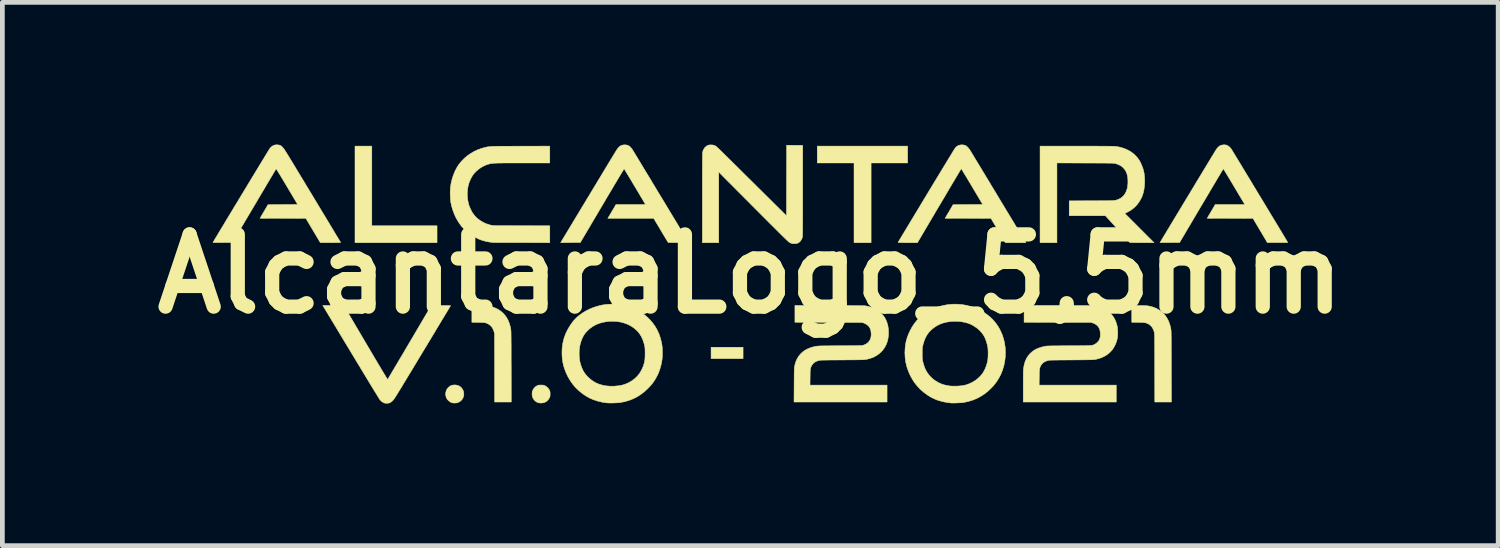
<source format=kicad_pcb>
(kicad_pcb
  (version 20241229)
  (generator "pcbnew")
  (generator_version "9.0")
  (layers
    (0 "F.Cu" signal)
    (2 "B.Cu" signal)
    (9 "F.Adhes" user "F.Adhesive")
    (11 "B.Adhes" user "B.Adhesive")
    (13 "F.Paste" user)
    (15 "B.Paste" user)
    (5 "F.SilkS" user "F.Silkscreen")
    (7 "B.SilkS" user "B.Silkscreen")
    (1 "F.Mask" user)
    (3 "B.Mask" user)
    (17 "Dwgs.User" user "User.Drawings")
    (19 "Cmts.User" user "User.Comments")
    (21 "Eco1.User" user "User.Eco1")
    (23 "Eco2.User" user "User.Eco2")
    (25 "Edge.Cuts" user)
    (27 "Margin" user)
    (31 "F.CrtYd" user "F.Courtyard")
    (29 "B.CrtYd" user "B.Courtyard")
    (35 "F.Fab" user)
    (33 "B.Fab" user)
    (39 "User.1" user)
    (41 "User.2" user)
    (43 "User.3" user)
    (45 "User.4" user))
  (footprint "AlcantaraLogo_5,5mm"
    (layer "F.Cu")
    (at 12.78 2.73)
    (property "Reference" "AlcantaraLogo_5,5mm" (at 0 0 0) (layer "F.SilkS") (effects (font (size 1.524 1.524) (thickness 0.3))))
    (attr through_hole)
    (fp_poly (pts (xy -0.152 1.787) (xy -0.827 1.787) (xy -0.827 1.547) (xy -0.152 1.547) (xy -0.152 1.787)) (stroke (width 0.01) (type solid)) (fill yes) (layer "F.SilkS"))
    (fp_poly (pts (xy -7.985 -1.016) (xy -6.609 -1.016) (xy -6.609 -0.66) (xy -8.34 -0.66) (xy -8.34 -2.697) (xy -7.985 -2.697) (xy -7.985 -1.016)) (stroke (width 0.01) (type solid)) (fill yes) (layer "F.SilkS"))
    (fp_poly (pts (xy 3.32 -2.341) (xy 2.549 -2.341) (xy 2.549 -0.66) (xy 2.189 -0.66) (xy 2.189 -2.341) (xy 1.413 -2.341) (xy 1.413 -2.697) (xy 3.32 -2.697) (xy 3.32 -2.341)) (stroke (width 0.01) (type solid)) (fill yes) (layer "F.SilkS"))
    (fp_poly (pts (xy -6.194 2.346) (xy -6.155 2.358) (xy -6.121 2.377) (xy -6.092 2.404) (xy -6.069 2.436) (xy -6.052 2.473) (xy -6.046 2.503) (xy -6.043 2.545) (xy -6.05 2.585) (xy -6.064 2.622) (xy -6.086 2.655) (xy -6.115 2.683) (xy -6.149 2.705) (xy -6.167 2.713) (xy -6.182 2.718) (xy -6.197 2.721) (xy -6.216 2.722) (xy -6.226 2.723) (xy -6.248 2.723) (xy -6.267 2.722) (xy -6.283 2.721) (xy -6.287 2.72) (xy -6.318 2.708) (xy -6.348 2.689) (xy -6.376 2.664) (xy -6.399 2.636) (xy -6.407 2.622) (xy -6.421 2.585) (xy -6.428 2.546) (xy -6.426 2.506) (xy -6.417 2.468) (xy -6.4 2.432) (xy -6.386 2.412) (xy -6.356 2.382) (xy -6.324 2.36) (xy -6.289 2.347) (xy -6.248 2.342) (xy -6.237 2.341) (xy -6.194 2.346)) (stroke (width 0.01) (type solid)) (fill yes) (layer "F.SilkS"))
    (fp_poly (pts (xy -4.391 2.344) (xy -4.374 2.345) (xy -4.362 2.347) (xy -4.35 2.35) (xy -4.337 2.355) (xy -4.332 2.358) (xy -4.298 2.379) (xy -4.268 2.407) (xy -4.244 2.439) (xy -4.238 2.452) (xy -4.231 2.466) (xy -4.227 2.478) (xy -4.225 2.491) (xy -4.224 2.506) (xy -4.223 2.528) (xy -4.223 2.533) (xy -4.224 2.556) (xy -4.224 2.573) (xy -4.226 2.585) (xy -4.23 2.597) (xy -4.236 2.61) (xy -4.238 2.614) (xy -4.256 2.644) (xy -4.279 2.671) (xy -4.305 2.693) (xy -4.315 2.699) (xy -4.348 2.714) (xy -4.385 2.722) (xy -4.424 2.724) (xy -4.462 2.719) (xy -4.479 2.715) (xy -4.512 2.7) (xy -4.542 2.677) (xy -4.568 2.647) (xy -4.589 2.612) (xy -4.595 2.598) (xy -4.601 2.571) (xy -4.604 2.539) (xy -4.603 2.507) (xy -4.598 2.477) (xy -4.597 2.475) (xy -4.582 2.439) (xy -4.559 2.406) (xy -4.53 2.378) (xy -4.496 2.357) (xy -4.494 2.356) (xy -4.482 2.351) (xy -4.47 2.347) (xy -4.458 2.345) (xy -4.441 2.344) (xy -4.418 2.344) (xy -4.415 2.344) (xy -4.391 2.344)) (stroke (width 0.01) (type solid)) (fill yes) (layer "F.SilkS"))
    (fp_poly (pts (xy -5.718 0.666) (xy -5.671 0.667) (xy -5.632 0.668) (xy -5.6 0.669) (xy -5.574 0.67) (xy -5.552 0.672) (xy -5.535 0.674) (xy -5.522 0.676) (xy -5.448 0.694) (xy -5.38 0.718) (xy -5.318 0.749) (xy -5.262 0.787) (xy -5.212 0.831) (xy -5.168 0.882) (xy -5.147 0.912) (xy -5.114 0.968) (xy -5.088 1.03) (xy -5.067 1.099) (xy -5.056 1.148) (xy -5.054 1.154) (xy -5.053 1.161) (xy -5.052 1.168) (xy -5.051 1.176) (xy -5.05 1.185) (xy -5.05 1.195) (xy -5.049 1.208) (xy -5.048 1.223) (xy -5.048 1.242) (xy -5.047 1.263) (xy -5.047 1.289) (xy -5.047 1.319) (xy -5.046 1.354) (xy -5.046 1.394) (xy -5.046 1.44) (xy -5.045 1.492) (xy -5.045 1.551) (xy -5.045 1.616) (xy -5.045 1.689) (xy -5.045 1.77) (xy -5.045 1.86) (xy -5.044 1.95) (xy -5.043 2.702) (xy -5.394 2.702) (xy -5.396 1.254) (xy -5.407 1.218) (xy -5.425 1.169) (xy -5.448 1.127) (xy -5.478 1.092) (xy -5.515 1.063) (xy -5.557 1.042) (xy -5.586 1.032) (xy -5.596 1.029) (xy -5.609 1.027) (xy -5.626 1.026) (xy -5.647 1.025) (xy -5.674 1.023) (xy -5.708 1.023) (xy -5.744 1.022) (xy -5.874 1.02) (xy -5.874 0.664) (xy -5.718 0.666)) (stroke (width 0.01) (type solid)) (fill yes) (layer "F.SilkS"))
    (fp_poly (pts (xy 8.208 0.666) (xy 8.252 0.667) (xy 8.288 0.667) (xy 8.317 0.668) (xy 8.341 0.669) (xy 8.36 0.67) (xy 8.377 0.672) (xy 8.392 0.674) (xy 8.406 0.676) (xy 8.415 0.678) (xy 8.484 0.695) (xy 8.545 0.717) (xy 8.6 0.744) (xy 8.651 0.776) (xy 8.66 0.783) (xy 8.711 0.827) (xy 8.756 0.877) (xy 8.794 0.934) (xy 8.826 0.997) (xy 8.852 1.067) (xy 8.871 1.143) (xy 8.873 1.152) (xy 8.874 1.159) (xy 8.875 1.165) (xy 8.876 1.172) (xy 8.877 1.18) (xy 8.878 1.189) (xy 8.879 1.199) (xy 8.879 1.212) (xy 8.88 1.227) (xy 8.881 1.246) (xy 8.881 1.267) (xy 8.881 1.293) (xy 8.882 1.323) (xy 8.882 1.358) (xy 8.882 1.398) (xy 8.883 1.444) (xy 8.883 1.496) (xy 8.883 1.554) (xy 8.883 1.62) (xy 8.884 1.693) (xy 8.884 1.774) (xy 8.884 1.863) (xy 8.884 1.952) (xy 8.886 2.702) (xy 8.535 2.702) (xy 8.533 1.98) (xy 8.533 1.884) (xy 8.533 1.797) (xy 8.533 1.719) (xy 8.532 1.648) (xy 8.532 1.584) (xy 8.532 1.528) (xy 8.532 1.478) (xy 8.531 1.435) (xy 8.531 1.397) (xy 8.531 1.364) (xy 8.53 1.336) (xy 8.53 1.313) (xy 8.529 1.293) (xy 8.529 1.277) (xy 8.528 1.264) (xy 8.527 1.253) (xy 8.527 1.244) (xy 8.526 1.238) (xy 8.525 1.232) (xy 8.524 1.227) (xy 8.523 1.226) (xy 8.507 1.178) (xy 8.485 1.136) (xy 8.458 1.1) (xy 8.426 1.072) (xy 8.402 1.056) (xy 8.385 1.048) (xy 8.369 1.041) (xy 8.354 1.035) (xy 8.338 1.031) (xy 8.319 1.028) (xy 8.296 1.026) (xy 8.269 1.024) (xy 8.235 1.023) (xy 8.194 1.022) (xy 8.182 1.022) (xy 8.049 1.02) (xy 8.049 0.664) (xy 8.208 0.666)) (stroke (width 0.01) (type solid)) (fill yes) (layer "F.SilkS"))
    (fp_poly (pts (xy 6.994 -2.697) (xy 7.1 -2.697) (xy 7.198 -2.697) (xy 7.287 -2.697) (xy 7.367 -2.696) (xy 7.439 -2.696) (xy 7.502 -2.696) (xy 7.557 -2.695) (xy 7.603 -2.695) (xy 7.64 -2.694) (xy 7.668 -2.693) (xy 7.686 -2.693) (xy 7.695 -2.692) (xy 7.771 -2.681) (xy 7.846 -2.662) (xy 7.917 -2.636) (xy 7.984 -2.605) (xy 8.045 -2.568) (xy 8.099 -2.525) (xy 8.145 -2.479) (xy 8.185 -2.431) (xy 8.219 -2.379) (xy 8.248 -2.32) (xy 8.265 -2.279) (xy 8.286 -2.222) (xy 8.301 -2.167) (xy 8.312 -2.111) (xy 8.318 -2.053) (xy 8.321 -1.99) (xy 8.321 -1.924) (xy 8.315 -1.843) (xy 8.305 -1.768) (xy 8.288 -1.699) (xy 8.266 -1.634) (xy 8.236 -1.573) (xy 8.204 -1.519) (xy 8.158 -1.458) (xy 8.107 -1.405) (xy 8.049 -1.358) (xy 7.985 -1.318) (xy 7.961 -1.306) (xy 7.902 -1.277) (xy 8.21 -0.969) (xy 8.518 -0.66) (xy 8.264 -0.66) (xy 8.01 -0.661) (xy 7.752 -0.944) (xy 7.493 -1.228) (xy 7.111 -1.228) (xy 6.729 -1.228) (xy 6.729 -1.542) (xy 7.199 -1.544) (xy 7.276 -1.544) (xy 7.345 -1.544) (xy 7.406 -1.545) (xy 7.459 -1.545) (xy 7.505 -1.545) (xy 7.545 -1.546) (xy 7.58 -1.546) (xy 7.609 -1.547) (xy 7.634 -1.548) (xy 7.654 -1.549) (xy 7.672 -1.55) (xy 7.687 -1.552) (xy 7.699 -1.553) (xy 7.71 -1.556) (xy 7.72 -1.558) (xy 7.729 -1.561) (xy 7.739 -1.564) (xy 7.749 -1.568) (xy 7.755 -1.57) (xy 7.803 -1.591) (xy 7.844 -1.619) (xy 7.88 -1.655) (xy 7.91 -1.697) (xy 7.934 -1.747) (xy 7.953 -1.803) (xy 7.958 -1.826) (xy 7.963 -1.861) (xy 7.967 -1.903) (xy 7.968 -1.947) (xy 7.967 -1.991) (xy 7.964 -2.031) (xy 7.96 -2.062) (xy 7.945 -2.119) (xy 7.923 -2.169) (xy 7.894 -2.213) (xy 7.859 -2.251) (xy 7.817 -2.283) (xy 7.768 -2.308) (xy 7.712 -2.327) (xy 7.705 -2.328) (xy 7.699 -2.33) (xy 7.693 -2.331) (xy 7.687 -2.332) (xy 7.68 -2.333) (xy 7.671 -2.334) (xy 7.661 -2.335) (xy 7.648 -2.336) (xy 7.632 -2.337) (xy 7.613 -2.337) (xy 7.59 -2.338) (xy 7.563 -2.338) (xy 7.531 -2.338) (xy 7.493 -2.339) (xy 7.45 -2.339) (xy 7.4 -2.339) (xy 7.343 -2.339) (xy 7.279 -2.34) (xy 7.207 -2.34) (xy 7.127 -2.34) (xy 7.067 -2.34) (xy 6.47 -2.342) (xy 6.47 -0.66) (xy 6.114 -0.66) (xy 6.114 -2.697) (xy 6.881 -2.697) (xy 6.994 -2.697)) (stroke (width 0.01) (type solid)) (fill yes) (layer "F.SilkS"))
    (fp_poly (pts (xy 4.513 -2.719) (xy 4.539 -2.711) (xy 4.561 -2.698) (xy 4.585 -2.676) (xy 4.61 -2.648) (xy 4.634 -2.615) (xy 4.642 -2.602) (xy 4.647 -2.594) (xy 4.657 -2.578) (xy 4.67 -2.555) (xy 4.688 -2.526) (xy 4.71 -2.49) (xy 4.735 -2.448) (xy 4.764 -2.4) (xy 4.796 -2.347) (xy 4.831 -2.289) (xy 4.869 -2.227) (xy 4.909 -2.16) (xy 4.952 -2.089) (xy 4.997 -2.015) (xy 5.044 -1.938) (xy 5.092 -1.857) (xy 5.142 -1.775) (xy 5.193 -1.691) (xy 5.245 -1.604) (xy 5.297 -1.517) (xy 5.351 -1.429) (xy 5.404 -1.34) (xy 5.458 -1.251) (xy 5.512 -1.162) (xy 5.565 -1.074) (xy 5.618 -0.986) (xy 5.667 -0.904) (xy 5.814 -0.66) (xy 5.382 -0.66) (xy 5.23 -0.917) (xy 5.078 -1.173) (xy 4.594 -1.174) (xy 4.11 -1.175) (xy 4.195 -1.318) (xy 4.279 -1.462) (xy 4.904 -1.466) (xy 4.679 -1.844) (xy 4.647 -1.898) (xy 4.616 -1.95) (xy 4.587 -1.998) (xy 4.56 -2.044) (xy 4.535 -2.085) (xy 4.512 -2.122) (xy 4.493 -2.154) (xy 4.477 -2.181) (xy 4.465 -2.201) (xy 4.456 -2.214) (xy 4.452 -2.221) (xy 4.452 -2.221) (xy 4.449 -2.217) (xy 4.442 -2.206) (xy 4.431 -2.187) (xy 4.416 -2.162) (xy 4.397 -2.13) (xy 4.374 -2.092) (xy 4.348 -2.048) (xy 4.319 -1.999) (xy 4.287 -1.945) (xy 4.252 -1.887) (xy 4.215 -1.824) (xy 4.176 -1.758) (xy 4.135 -1.688) (xy 4.092 -1.615) (xy 4.047 -1.54) (xy 4.001 -1.462) (xy 3.988 -1.441) (xy 3.527 -0.66) (xy 3.322 -0.66) (xy 3.272 -0.66) (xy 3.23 -0.661) (xy 3.196 -0.661) (xy 3.17 -0.661) (xy 3.15 -0.662) (xy 3.135 -0.663) (xy 3.125 -0.663) (xy 3.12 -0.665) (xy 3.119 -0.666) (xy 3.119 -0.667) (xy 3.121 -0.672) (xy 3.129 -0.684) (xy 3.141 -0.704) (xy 3.156 -0.73) (xy 3.176 -0.763) (xy 3.199 -0.802) (xy 3.225 -0.845) (xy 3.255 -0.894) (xy 3.287 -0.948) (xy 3.322 -1.005) (xy 3.359 -1.067) (xy 3.398 -1.132) (xy 3.439 -1.199) (xy 3.481 -1.27) (xy 3.525 -1.342) (xy 3.57 -1.416) (xy 3.615 -1.492) (xy 3.661 -1.568) (xy 3.708 -1.645) (xy 3.754 -1.722) (xy 3.8 -1.798) (xy 3.846 -1.874) (xy 3.891 -1.949) (xy 3.936 -2.022) (xy 3.979 -2.093) (xy 4.02 -2.161) (xy 4.06 -2.227) (xy 4.098 -2.29) (xy 4.134 -2.348) (xy 4.167 -2.403) (xy 4.198 -2.454) (xy 4.226 -2.499) (xy 4.25 -2.539) (xy 4.271 -2.574) (xy 4.288 -2.602) (xy 4.302 -2.624) (xy 4.311 -2.639) (xy 4.316 -2.646) (xy 4.316 -2.647) (xy 4.339 -2.674) (xy 4.362 -2.694) (xy 4.386 -2.708) (xy 4.407 -2.716) (xy 4.441 -2.723) (xy 4.478 -2.724) (xy 4.513 -2.719)) (stroke (width 0.01) (type solid)) (fill yes) (layer "F.SilkS"))
    (fp_poly (pts (xy -8.799 0.665) (xy -8.578 0.665) (xy -8.117 1.448) (xy -8.062 1.54) (xy -8.01 1.628) (xy -7.962 1.711) (xy -7.916 1.788) (xy -7.873 1.86) (xy -7.834 1.926) (xy -7.798 1.986) (xy -7.766 2.04) (xy -7.737 2.088) (xy -7.712 2.129) (xy -7.692 2.163) (xy -7.675 2.19) (xy -7.663 2.21) (xy -7.655 2.222) (xy -7.651 2.226) (xy -7.651 2.226) (xy -7.648 2.222) (xy -7.641 2.21) (xy -7.63 2.191) (xy -7.614 2.165) (xy -7.595 2.133) (xy -7.572 2.094) (xy -7.546 2.05) (xy -7.517 2.001) (xy -7.485 1.947) (xy -7.45 1.888) (xy -7.413 1.825) (xy -7.374 1.759) (xy -7.332 1.689) (xy -7.289 1.616) (xy -7.245 1.541) (xy -7.199 1.463) (xy -7.188 1.445) (xy -6.73 0.667) (xy -6.526 0.666) (xy -6.475 0.666) (xy -6.432 0.666) (xy -6.394 0.666) (xy -6.365 0.667) (xy -6.342 0.667) (xy -6.328 0.668) (xy -6.323 0.669) (xy -6.323 0.669) (xy -6.326 0.674) (xy -6.333 0.685) (xy -6.344 0.705) (xy -6.36 0.731) (xy -6.379 0.763) (xy -6.402 0.802) (xy -6.429 0.846) (xy -6.459 0.897) (xy -6.493 0.952) (xy -6.529 1.012) (xy -6.568 1.077) (xy -6.61 1.146) (xy -6.653 1.219) (xy -6.699 1.295) (xy -6.747 1.375) (xy -6.797 1.457) (xy -6.848 1.542) (xy -6.901 1.629) (xy -6.916 1.654) (xy -6.979 1.758) (xy -7.037 1.855) (xy -7.091 1.944) (xy -7.14 2.026) (xy -7.186 2.102) (xy -7.228 2.171) (xy -7.266 2.234) (xy -7.301 2.291) (xy -7.332 2.343) (xy -7.36 2.39) (xy -7.386 2.431) (xy -7.408 2.468) (xy -7.429 2.501) (xy -7.446 2.53) (xy -7.462 2.555) (xy -7.475 2.576) (xy -7.487 2.595) (xy -7.497 2.61) (xy -7.506 2.623) (xy -7.513 2.634) (xy -7.52 2.643) (xy -7.525 2.651) (xy -7.53 2.657) (xy -7.535 2.662) (xy -7.538 2.666) (xy -7.541 2.669) (xy -7.565 2.692) (xy -7.587 2.708) (xy -7.607 2.719) (xy -7.63 2.725) (xy -7.657 2.728) (xy -7.661 2.728) (xy -7.691 2.728) (xy -7.715 2.724) (xy -7.722 2.723) (xy -7.748 2.71) (xy -7.776 2.692) (xy -7.802 2.668) (xy -7.815 2.653) (xy -7.819 2.647) (xy -7.828 2.633) (xy -7.842 2.611) (xy -7.859 2.583) (xy -7.88 2.549) (xy -7.905 2.508) (xy -7.934 2.462) (xy -7.965 2.41) (xy -8 2.353) (xy -8.038 2.291) (xy -8.078 2.225) (xy -8.12 2.155) (xy -8.165 2.081) (xy -8.212 2.003) (xy -8.26 1.923) (xy -8.311 1.84) (xy -8.362 1.755) (xy -8.415 1.668) (xy -8.419 1.66) (xy -8.472 1.573) (xy -8.523 1.488) (xy -8.573 1.406) (xy -8.621 1.326) (xy -8.668 1.249) (xy -8.712 1.175) (xy -8.754 1.105) (xy -8.794 1.039) (xy -8.831 0.978) (xy -8.865 0.921) (xy -8.897 0.869) (xy -8.924 0.823) (xy -8.949 0.783) (xy -8.969 0.749) (xy -8.986 0.721) (xy -8.999 0.7) (xy -9.007 0.686) (xy -9.011 0.68) (xy -9.011 0.68) (xy -9.02 0.665) (xy -8.799 0.665)) (stroke (width 0.01) (type solid)) (fill yes) (layer "F.SilkS"))
    (fp_poly (pts (xy -2.623 -2.723) (xy -2.59 -2.716) (xy -2.561 -2.703) (xy -2.535 -2.682) (xy -2.534 -2.681) (xy -2.519 -2.665) (xy -2.504 -2.648) (xy -2.494 -2.634) (xy -2.49 -2.629) (xy -2.482 -2.615) (xy -2.469 -2.595) (xy -2.452 -2.567) (xy -2.432 -2.533) (xy -2.407 -2.493) (xy -2.379 -2.447) (xy -2.348 -2.395) (xy -2.314 -2.339) (xy -2.277 -2.277) (xy -2.237 -2.211) (xy -2.195 -2.141) (xy -2.15 -2.068) (xy -2.103 -1.991) (xy -2.055 -1.91) (xy -2.005 -1.828) (xy -1.954 -1.742) (xy -1.901 -1.655) (xy -1.89 -1.638) (xy -1.302 -0.663) (xy -1.513 -0.662) (xy -1.557 -0.661) (xy -1.597 -0.661) (xy -1.634 -0.661) (xy -1.667 -0.661) (xy -1.693 -0.661) (xy -1.713 -0.662) (xy -1.726 -0.662) (xy -1.73 -0.662) (xy -1.733 -0.666) (xy -1.741 -0.678) (xy -1.752 -0.696) (xy -1.767 -0.72) (xy -1.785 -0.749) (xy -1.805 -0.783) (xy -1.828 -0.821) (xy -1.853 -0.862) (xy -1.879 -0.906) (xy -1.886 -0.919) (xy -2.038 -1.173) (xy -3.006 -1.173) (xy -2.92 -1.318) (xy -2.834 -1.464) (xy -2.523 -1.464) (xy -2.471 -1.464) (xy -2.421 -1.464) (xy -2.374 -1.464) (xy -2.332 -1.464) (xy -2.295 -1.465) (xy -2.264 -1.465) (xy -2.24 -1.465) (xy -2.223 -1.466) (xy -2.213 -1.466) (xy -2.212 -1.466) (xy -2.214 -1.471) (xy -2.221 -1.482) (xy -2.232 -1.501) (xy -2.246 -1.525) (xy -2.263 -1.554) (xy -2.283 -1.588) (xy -2.306 -1.626) (xy -2.33 -1.667) (xy -2.356 -1.711) (xy -2.383 -1.756) (xy -2.411 -1.803) (xy -2.439 -1.85) (xy -2.468 -1.897) (xy -2.495 -1.944) (xy -2.522 -1.989) (xy -2.548 -2.031) (xy -2.572 -2.072) (xy -2.594 -2.108) (xy -2.614 -2.141) (xy -2.631 -2.169) (xy -2.645 -2.191) (xy -2.655 -2.207) (xy -2.661 -2.217) (xy -2.662 -2.219) (xy -2.665 -2.215) (xy -2.672 -2.204) (xy -2.683 -2.185) (xy -2.699 -2.159) (xy -2.718 -2.128) (xy -2.741 -2.09) (xy -2.767 -2.046) (xy -2.796 -1.997) (xy -2.828 -1.943) (xy -2.863 -1.885) (xy -2.9 -1.822) (xy -2.939 -1.756) (xy -2.981 -1.686) (xy -3.024 -1.614) (xy -3.068 -1.538) (xy -3.114 -1.461) (xy -3.126 -1.441) (xy -3.586 -0.663) (xy -3.793 -0.662) (xy -4 -0.66) (xy -3.994 -0.671) (xy -3.991 -0.677) (xy -3.983 -0.69) (xy -3.971 -0.71) (xy -3.955 -0.737) (xy -3.935 -0.77) (xy -3.911 -0.809) (xy -3.884 -0.854) (xy -3.855 -0.903) (xy -3.822 -0.957) (xy -3.787 -1.015) (xy -3.75 -1.077) (xy -3.711 -1.142) (xy -3.67 -1.21) (xy -3.627 -1.28) (xy -3.584 -1.353) (xy -3.539 -1.427) (xy -3.493 -1.502) (xy -3.448 -1.578) (xy -3.401 -1.654) (xy -3.355 -1.731) (xy -3.31 -1.806) (xy -3.264 -1.881) (xy -3.22 -1.955) (xy -3.176 -2.027) (xy -3.134 -2.097) (xy -3.094 -2.164) (xy -3.055 -2.228) (xy -3.018 -2.289) (xy -2.984 -2.346) (xy -2.952 -2.398) (xy -2.923 -2.446) (xy -2.897 -2.489) (xy -2.874 -2.527) (xy -2.855 -2.558) (xy -2.84 -2.583) (xy -2.828 -2.602) (xy -2.821 -2.613) (xy -2.819 -2.616) (xy -2.794 -2.652) (xy -2.769 -2.679) (xy -2.743 -2.7) (xy -2.716 -2.713) (xy -2.685 -2.721) (xy -2.662 -2.724) (xy -2.623 -2.723)) (stroke (width 0.01) (type solid)) (fill yes) (layer "F.SilkS"))
    (fp_poly (pts (xy -0.807 -2.722) (xy -0.791 -2.721) (xy -0.778 -2.718) (xy -0.764 -2.714) (xy -0.748 -2.706) (xy -0.745 -2.705) (xy -0.742 -2.704) (xy -0.739 -2.703) (xy -0.737 -2.703) (xy -0.735 -2.702) (xy -0.732 -2.7) (xy -0.729 -2.699) (xy -0.725 -2.696) (xy -0.72 -2.692) (xy -0.714 -2.686) (xy -0.706 -2.679) (xy -0.696 -2.67) (xy -0.685 -2.66) (xy -0.671 -2.647) (xy -0.655 -2.631) (xy -0.636 -2.613) (xy -0.614 -2.591) (xy -0.589 -2.567) (xy -0.56 -2.539) (xy -0.528 -2.507) (xy -0.492 -2.472) (xy -0.452 -2.432) (xy -0.407 -2.388) (xy -0.358 -2.339) (xy -0.304 -2.286) (xy -0.245 -2.227) (xy -0.181 -2.164) (xy -0.111 -2.094) (xy -0.035 -2.019) (xy 0.047 -1.938) (xy 0.135 -1.851) (xy 0.159 -1.827) (xy 0.764 -1.227) (xy 0.765 -1.972) (xy 0.767 -2.716) (xy 0.936 -2.714) (xy 1.106 -2.713) (xy 1.106 -1.757) (xy 1.106 -1.644) (xy 1.106 -1.54) (xy 1.106 -1.444) (xy 1.106 -1.356) (xy 1.106 -1.277) (xy 1.106 -1.204) (xy 1.106 -1.139) (xy 1.105 -1.081) (xy 1.105 -1.029) (xy 1.105 -0.983) (xy 1.105 -0.942) (xy 1.104 -0.907) (xy 1.104 -0.877) (xy 1.104 -0.852) (xy 1.103 -0.831) (xy 1.103 -0.814) (xy 1.102 -0.8) (xy 1.101 -0.79) (xy 1.101 -0.782) (xy 1.1 -0.777) (xy 1.1 -0.776) (xy 1.086 -0.737) (xy 1.066 -0.703) (xy 1.041 -0.675) (xy 1.012 -0.655) (xy 1.007 -0.653) (xy 0.991 -0.646) (xy 0.975 -0.642) (xy 0.956 -0.64) (xy 0.94 -0.639) (xy 0.919 -0.639) (xy 0.899 -0.64) (xy 0.884 -0.641) (xy 0.88 -0.642) (xy 0.867 -0.647) (xy 0.85 -0.654) (xy 0.832 -0.663) (xy 0.831 -0.663) (xy 0.827 -0.665) (xy 0.822 -0.669) (xy 0.816 -0.673) (xy 0.809 -0.679) (xy 0.8 -0.687) (xy 0.79 -0.696) (xy 0.777 -0.708) (xy 0.762 -0.722) (xy 0.744 -0.739) (xy 0.724 -0.759) (xy 0.7 -0.782) (xy 0.672 -0.809) (xy 0.641 -0.84) (xy 0.606 -0.875) (xy 0.566 -0.915) (xy 0.522 -0.959) (xy 0.473 -1.008) (xy 0.418 -1.062) (xy 0.359 -1.122) (xy 0.293 -1.187) (xy 0.222 -1.259) (xy 0.159 -1.322) (xy 0.093 -1.388) (xy 0.028 -1.453) (xy -0.035 -1.517) (xy -0.097 -1.579) (xy -0.157 -1.639) (xy -0.214 -1.696) (xy -0.269 -1.751) (xy -0.32 -1.803) (xy -0.368 -1.851) (xy -0.412 -1.895) (xy -0.452 -1.935) (xy -0.487 -1.97) (xy -0.517 -2) (xy -0.542 -2.025) (xy -0.561 -2.044) (xy -0.574 -2.057) (xy -0.574 -2.057) (xy -0.665 -2.15) (xy -0.665 -0.66) (xy -1.011 -0.66) (xy -1.011 -1.6) (xy -1.011 -1.706) (xy -1.011 -1.807) (xy -1.011 -1.904) (xy -1.011 -1.995) (xy -1.011 -2.08) (xy -1.011 -2.16) (xy -1.01 -2.233) (xy -1.01 -2.3) (xy -1.01 -2.36) (xy -1.009 -2.413) (xy -1.009 -2.458) (xy -1.009 -2.496) (xy -1.008 -2.525) (xy -1.008 -2.546) (xy -1.007 -2.559) (xy -1.007 -2.561) (xy -0.995 -2.605) (xy -0.976 -2.642) (xy -0.952 -2.674) (xy -0.922 -2.698) (xy -0.908 -2.706) (xy -0.893 -2.714) (xy -0.88 -2.718) (xy -0.868 -2.721) (xy -0.853 -2.722) (xy -0.832 -2.722) (xy -0.829 -2.722) (xy -0.807 -2.722)) (stroke (width 0.01) (type solid)) (fill yes) (layer "F.SilkS"))
    (fp_poly (pts (xy -9.954 -2.722) (xy -9.932 -2.717) (xy -9.918 -2.713) (xy -9.908 -2.708) (xy -9.897 -2.7) (xy -9.884 -2.689) (xy -9.867 -2.672) (xy -9.863 -2.668) (xy -9.859 -2.663) (xy -9.855 -2.658) (xy -9.85 -2.652) (xy -9.845 -2.645) (xy -9.838 -2.637) (xy -9.831 -2.626) (xy -9.823 -2.614) (xy -9.813 -2.599) (xy -9.802 -2.581) (xy -9.789 -2.561) (xy -9.774 -2.537) (xy -9.757 -2.509) (xy -9.737 -2.478) (xy -9.716 -2.442) (xy -9.691 -2.402) (xy -9.664 -2.357) (xy -9.633 -2.307) (xy -9.6 -2.251) (xy -9.563 -2.19) (xy -9.522 -2.123) (xy -9.478 -2.049) (xy -9.429 -1.969) (xy -9.377 -1.882) (xy -9.32 -1.788) (xy -9.258 -1.686) (xy -9.24 -1.656) (xy -9.187 -1.568) (xy -9.136 -1.483) (xy -9.085 -1.399) (xy -9.037 -1.319) (xy -8.99 -1.242) (xy -8.946 -1.168) (xy -8.903 -1.098) (xy -8.863 -1.031) (xy -8.826 -0.97) (xy -8.792 -0.913) (xy -8.761 -0.861) (xy -8.733 -0.814) (xy -8.708 -0.774) (xy -8.687 -0.739) (xy -8.67 -0.711) (xy -8.658 -0.69) (xy -8.649 -0.676) (xy -8.645 -0.669) (xy -8.645 -0.668) (xy -8.644 -0.667) (xy -8.645 -0.665) (xy -8.648 -0.664) (xy -8.654 -0.663) (xy -8.664 -0.662) (xy -8.679 -0.661) (xy -8.698 -0.661) (xy -8.724 -0.661) (xy -8.757 -0.661) (xy -8.797 -0.66) (xy -8.846 -0.66) (xy -8.856 -0.66) (xy -9.072 -0.661) (xy -9.377 -1.173) (xy -9.86 -1.174) (xy -10.344 -1.175) (xy -10.175 -1.462) (xy -9.55 -1.466) (xy -9.775 -1.844) (xy -9.815 -1.911) (xy -9.852 -1.973) (xy -9.885 -2.028) (xy -9.914 -2.076) (xy -9.94 -2.117) (xy -9.961 -2.152) (xy -9.978 -2.18) (xy -9.991 -2.2) (xy -10 -2.212) (xy -10.004 -2.217) (xy -10.004 -2.217) (xy -10.007 -2.213) (xy -10.014 -2.201) (xy -10.026 -2.182) (xy -10.041 -2.156) (xy -10.061 -2.124) (xy -10.083 -2.085) (xy -10.11 -2.041) (xy -10.139 -1.992) (xy -10.171 -1.938) (xy -10.206 -1.879) (xy -10.243 -1.816) (xy -10.282 -1.75) (xy -10.324 -1.68) (xy -10.367 -1.607) (xy -10.411 -1.532) (xy -10.457 -1.454) (xy -10.467 -1.438) (xy -10.926 -0.663) (xy -11.132 -0.662) (xy -11.174 -0.661) (xy -11.214 -0.661) (xy -11.25 -0.661) (xy -11.281 -0.661) (xy -11.306 -0.662) (xy -11.324 -0.662) (xy -11.335 -0.662) (xy -11.338 -0.663) (xy -11.335 -0.667) (xy -11.328 -0.679) (xy -11.317 -0.698) (xy -11.302 -0.724) (xy -11.283 -0.755) (xy -11.26 -0.793) (xy -11.234 -0.836) (xy -11.205 -0.885) (xy -11.174 -0.937) (xy -11.139 -0.994) (xy -11.102 -1.055) (xy -11.064 -1.12) (xy -11.023 -1.187) (xy -10.981 -1.257) (xy -10.937 -1.329) (xy -10.893 -1.403) (xy -10.847 -1.478) (xy -10.801 -1.554) (xy -10.755 -1.631) (xy -10.708 -1.708) (xy -10.662 -1.784) (xy -10.616 -1.86) (xy -10.571 -1.935) (xy -10.527 -2.008) (xy -10.483 -2.08) (xy -10.441 -2.149) (xy -10.401 -2.215) (xy -10.363 -2.278) (xy -10.326 -2.338) (xy -10.293 -2.394) (xy -10.261 -2.445) (xy -10.233 -2.492) (xy -10.208 -2.533) (xy -10.186 -2.569) (xy -10.167 -2.599) (xy -10.153 -2.623) (xy -10.142 -2.639) (xy -10.136 -2.649) (xy -10.135 -2.651) (xy -10.105 -2.682) (xy -10.072 -2.705) (xy -10.036 -2.72) (xy -9.996 -2.725) (xy -9.954 -2.722)) (stroke (width 0.01) (type solid)) (fill yes) (layer "F.SilkS"))
    (fp_poly (pts (xy -4.23 -2.341) (xy -4.798 -2.341) (xy -4.887 -2.341) (xy -4.967 -2.341) (xy -5.039 -2.341) (xy -5.103 -2.341) (xy -5.16 -2.341) (xy -5.21 -2.341) (xy -5.255 -2.34) (xy -5.294 -2.34) (xy -5.328 -2.339) (xy -5.357 -2.338) (xy -5.382 -2.337) (xy -5.404 -2.336) (xy -5.423 -2.335) (xy -5.44 -2.333) (xy -5.454 -2.331) (xy -5.468 -2.329) (xy -5.48 -2.327) (xy -5.492 -2.325) (xy -5.503 -2.322) (xy -5.563 -2.304) (xy -5.622 -2.279) (xy -5.68 -2.246) (xy -5.735 -2.208) (xy -5.784 -2.165) (xy -5.828 -2.119) (xy -5.857 -2.08) (xy -5.876 -2.048) (xy -5.896 -2.011) (xy -5.914 -1.971) (xy -5.93 -1.932) (xy -5.938 -1.91) (xy -5.955 -1.845) (xy -5.966 -1.776) (xy -5.97 -1.704) (xy -5.969 -1.631) (xy -5.961 -1.559) (xy -5.947 -1.491) (xy -5.936 -1.451) (xy -5.924 -1.419) (xy -5.909 -1.383) (xy -5.891 -1.346) (xy -5.872 -1.31) (xy -5.854 -1.28) (xy -5.851 -1.277) (xy -5.809 -1.222) (xy -5.759 -1.172) (xy -5.702 -1.129) (xy -5.64 -1.091) (xy -5.572 -1.06) (xy -5.499 -1.036) (xy -5.469 -1.029) (xy -5.462 -1.027) (xy -5.456 -1.026) (xy -5.449 -1.025) (xy -5.442 -1.024) (xy -5.433 -1.023) (xy -5.422 -1.022) (xy -5.409 -1.021) (xy -5.393 -1.021) (xy -5.374 -1.02) (xy -5.351 -1.02) (xy -5.324 -1.019) (xy -5.292 -1.019) (xy -5.254 -1.019) (xy -5.211 -1.018) (xy -5.161 -1.018) (xy -5.104 -1.018) (xy -5.04 -1.018) (xy -4.968 -1.018) (xy -4.888 -1.017) (xy -4.827 -1.017) (xy -4.23 -1.016) (xy -4.23 -0.66) (xy -4.825 -0.661) (xy -4.898 -0.661) (xy -4.97 -0.661) (xy -5.038 -0.662) (xy -5.103 -0.662) (xy -5.164 -0.662) (xy -5.22 -0.662) (xy -5.271 -0.662) (xy -5.316 -0.662) (xy -5.355 -0.663) (xy -5.386 -0.663) (xy -5.411 -0.663) (xy -5.427 -0.663) (xy -5.435 -0.663) (xy -5.436 -0.664) (xy -5.502 -0.673) (xy -5.571 -0.686) (xy -5.639 -0.704) (xy -5.678 -0.716) (xy -5.738 -0.74) (xy -5.8 -0.772) (xy -5.863 -0.809) (xy -5.924 -0.851) (xy -5.982 -0.898) (xy -6.037 -0.947) (xy -6.085 -0.997) (xy -6.106 -1.023) (xy -6.156 -1.093) (xy -6.201 -1.169) (xy -6.24 -1.252) (xy -6.273 -1.338) (xy -6.3 -1.427) (xy -6.318 -1.51) (xy -6.322 -1.544) (xy -6.326 -1.585) (xy -6.329 -1.63) (xy -6.331 -1.676) (xy -6.331 -1.723) (xy -6.33 -1.766) (xy -6.328 -1.804) (xy -6.327 -1.816) (xy -6.314 -1.906) (xy -6.293 -1.996) (xy -6.265 -2.084) (xy -6.23 -2.169) (xy -6.198 -2.232) (xy -6.154 -2.302) (xy -6.102 -2.369) (xy -6.043 -2.43) (xy -5.978 -2.487) (xy -5.907 -2.537) (xy -5.832 -2.582) (xy -5.753 -2.619) (xy -5.671 -2.649) (xy -5.609 -2.666) (xy -5.592 -2.67) (xy -5.577 -2.674) (xy -5.563 -2.677) (xy -5.55 -2.68) (xy -5.537 -2.682) (xy -5.523 -2.684) (xy -5.508 -2.686) (xy -5.491 -2.688) (xy -5.472 -2.689) (xy -5.451 -2.691) (xy -5.427 -2.692) (xy -5.398 -2.693) (xy -5.366 -2.693) (xy -5.329 -2.694) (xy -5.286 -2.694) (xy -5.238 -2.695) (xy -5.183 -2.695) (xy -5.122 -2.695) (xy -5.053 -2.695) (xy -4.976 -2.696) (xy -4.891 -2.696) (xy -4.846 -2.696) (xy -4.23 -2.697) (xy -4.23 -2.341)) (stroke (width 0.01) (type solid)) (fill yes) (layer "F.SilkS"))
    (fp_poly (pts (xy 10.049 -2.718) (xy 10.076 -2.706) (xy 10.102 -2.687) (xy 10.105 -2.684) (xy 10.121 -2.669) (xy 10.136 -2.652) (xy 10.148 -2.638) (xy 10.148 -2.638) (xy 10.151 -2.632) (xy 10.159 -2.62) (xy 10.171 -2.6) (xy 10.187 -2.573) (xy 10.207 -2.541) (xy 10.231 -2.502) (xy 10.257 -2.458) (xy 10.287 -2.409) (xy 10.32 -2.355) (xy 10.355 -2.298) (xy 10.392 -2.236) (xy 10.431 -2.171) (xy 10.472 -2.104) (xy 10.515 -2.033) (xy 10.559 -1.961) (xy 10.603 -1.887) (xy 10.649 -1.811) (xy 10.695 -1.735) (xy 10.741 -1.658) (xy 10.788 -1.582) (xy 10.834 -1.505) (xy 10.88 -1.43) (xy 10.924 -1.356) (xy 10.968 -1.283) (xy 11.011 -1.212) (xy 11.052 -1.144) (xy 11.092 -1.079) (xy 11.129 -1.017) (xy 11.164 -0.959) (xy 11.197 -0.905) (xy 11.227 -0.855) (xy 11.254 -0.81) (xy 11.277 -0.771) (xy 11.297 -0.737) (xy 11.314 -0.71) (xy 11.326 -0.689) (xy 11.334 -0.676) (xy 11.338 -0.669) (xy 11.339 -0.667) (xy 11.339 -0.666) (xy 11.336 -0.664) (xy 11.332 -0.663) (xy 11.324 -0.662) (xy 11.312 -0.662) (xy 11.294 -0.661) (xy 11.272 -0.661) (xy 11.243 -0.661) (xy 11.206 -0.661) (xy 11.162 -0.661) (xy 11.127 -0.661) (xy 10.91 -0.661) (xy 10.606 -1.173) (xy 10.123 -1.174) (xy 9.64 -1.175) (xy 9.725 -1.32) (xy 9.81 -1.464) (xy 10.121 -1.464) (xy 10.174 -1.464) (xy 10.224 -1.464) (xy 10.27 -1.464) (xy 10.312 -1.464) (xy 10.349 -1.465) (xy 10.38 -1.465) (xy 10.405 -1.465) (xy 10.422 -1.465) (xy 10.431 -1.466) (xy 10.432 -1.466) (xy 10.43 -1.47) (xy 10.424 -1.482) (xy 10.413 -1.5) (xy 10.399 -1.524) (xy 10.381 -1.554) (xy 10.361 -1.588) (xy 10.339 -1.625) (xy 10.314 -1.666) (xy 10.288 -1.71) (xy 10.261 -1.755) (xy 10.233 -1.802) (xy 10.205 -1.849) (xy 10.177 -1.897) (xy 10.149 -1.943) (xy 10.122 -1.988) (xy 10.096 -2.031) (xy 10.072 -2.071) (xy 10.05 -2.108) (xy 10.03 -2.14) (xy 10.013 -2.168) (xy 10 -2.191) (xy 9.99 -2.207) (xy 9.984 -2.217) (xy 9.982 -2.219) (xy 9.979 -2.215) (xy 9.972 -2.204) (xy 9.961 -2.185) (xy 9.945 -2.159) (xy 9.926 -2.128) (xy 9.904 -2.09) (xy 9.877 -2.046) (xy 9.848 -1.997) (xy 9.816 -1.943) (xy 9.782 -1.885) (xy 9.744 -1.822) (xy 9.705 -1.756) (xy 9.664 -1.686) (xy 9.621 -1.614) (xy 9.576 -1.538) (xy 9.53 -1.461) (xy 9.518 -1.441) (xy 9.058 -0.663) (xy 8.852 -0.662) (xy 8.809 -0.661) (xy 8.769 -0.661) (xy 8.733 -0.661) (xy 8.703 -0.661) (xy 8.677 -0.661) (xy 8.659 -0.662) (xy 8.648 -0.662) (xy 8.645 -0.662) (xy 8.648 -0.666) (xy 8.654 -0.678) (xy 8.666 -0.697) (xy 8.681 -0.722) (xy 8.7 -0.754) (xy 8.722 -0.791) (xy 8.748 -0.834) (xy 8.777 -0.882) (xy 8.809 -0.935) (xy 8.843 -0.991) (xy 8.879 -1.052) (xy 8.918 -1.116) (xy 8.958 -1.183) (xy 9 -1.253) (xy 9.044 -1.324) (xy 9.088 -1.398) (xy 9.133 -1.473) (xy 9.179 -1.548) (xy 9.225 -1.625) (xy 9.271 -1.701) (xy 9.317 -1.777) (xy 9.363 -1.852) (xy 9.407 -1.927) (xy 9.451 -1.999) (xy 9.494 -2.07) (xy 9.535 -2.139) (xy 9.575 -2.204) (xy 9.613 -2.267) (xy 9.649 -2.326) (xy 9.682 -2.381) (xy 9.712 -2.431) (xy 9.74 -2.477) (xy 9.765 -2.517) (xy 9.786 -2.552) (xy 9.803 -2.581) (xy 9.817 -2.603) (xy 9.827 -2.619) (xy 9.832 -2.627) (xy 9.832 -2.628) (xy 9.859 -2.662) (xy 9.885 -2.688) (xy 9.913 -2.707) (xy 9.945 -2.718) (xy 9.98 -2.724) (xy 9.98 -2.724) (xy 10.017 -2.724) (xy 10.049 -2.718)) (stroke (width 0.01) (type solid)) (fill yes) (layer "F.SilkS"))
    (fp_poly (pts (xy -2.829 0.641) (xy -2.757 0.648) (xy -2.689 0.659) (xy -2.667 0.663) (xy -2.579 0.686) (xy -2.492 0.717) (xy -2.408 0.754) (xy -2.329 0.797) (xy -2.286 0.824) (xy -2.241 0.855) (xy -2.202 0.886) (xy -2.166 0.918) (xy -2.129 0.954) (xy -2.124 0.959) (xy -2.063 1.029) (xy -2.009 1.104) (xy -1.963 1.184) (xy -1.924 1.27) (xy -1.894 1.36) (xy -1.871 1.454) (xy -1.863 1.503) (xy -1.859 1.537) (xy -1.856 1.578) (xy -1.855 1.622) (xy -1.854 1.669) (xy -1.855 1.714) (xy -1.857 1.758) (xy -1.86 1.796) (xy -1.863 1.82) (xy -1.881 1.914) (xy -1.905 2.002) (xy -1.935 2.085) (xy -1.961 2.141) (xy -1.995 2.205) (xy -2.031 2.263) (xy -2.071 2.317) (xy -2.116 2.37) (xy -2.168 2.424) (xy -2.169 2.425) (xy -2.243 2.491) (xy -2.318 2.548) (xy -2.395 2.596) (xy -2.476 2.636) (xy -2.561 2.669) (xy -2.652 2.695) (xy -2.747 2.713) (xy -2.748 2.713) (xy -2.773 2.716) (xy -2.805 2.719) (xy -2.842 2.721) (xy -2.882 2.722) (xy -2.922 2.723) (xy -2.96 2.723) (xy -2.995 2.722) (xy -3.023 2.72) (xy -3.032 2.72) (xy -3.052 2.717) (xy -3.079 2.713) (xy -3.108 2.708) (xy -3.136 2.703) (xy -3.141 2.702) (xy -3.229 2.68) (xy -3.312 2.652) (xy -3.391 2.618) (xy -3.467 2.575) (xy -3.541 2.525) (xy -3.614 2.465) (xy -3.632 2.449) (xy -3.692 2.39) (xy -3.748 2.323) (xy -3.799 2.25) (xy -3.845 2.172) (xy -3.884 2.091) (xy -3.917 2.008) (xy -3.942 1.926) (xy -3.96 1.838) (xy -3.97 1.747) (xy -3.971 1.717) (xy -3.61 1.717) (xy -3.605 1.785) (xy -3.595 1.849) (xy -3.579 1.911) (xy -3.571 1.935) (xy -3.55 1.991) (xy -3.527 2.04) (xy -3.501 2.084) (xy -3.469 2.126) (xy -3.431 2.168) (xy -3.431 2.168) (xy -3.373 2.221) (xy -3.312 2.266) (xy -3.246 2.303) (xy -3.177 2.331) (xy -3.104 2.35) (xy -3.103 2.351) (xy -3.032 2.362) (xy -2.956 2.368) (xy -2.878 2.368) (xy -2.826 2.364) (xy -2.755 2.356) (xy -2.69 2.342) (xy -2.629 2.322) (xy -2.57 2.296) (xy -2.512 2.263) (xy -2.492 2.25) (xy -2.434 2.206) (xy -2.382 2.156) (xy -2.336 2.098) (xy -2.298 2.035) (xy -2.266 1.966) (xy -2.256 1.94) (xy -2.246 1.908) (xy -2.237 1.879) (xy -2.231 1.852) (xy -2.226 1.825) (xy -2.223 1.796) (xy -2.221 1.763) (xy -2.22 1.725) (xy -2.219 1.681) (xy -2.22 1.636) (xy -2.22 1.599) (xy -2.222 1.567) (xy -2.225 1.538) (xy -2.23 1.511) (xy -2.237 1.484) (xy -2.245 1.455) (xy -2.256 1.422) (xy -2.258 1.416) (xy -2.279 1.361) (xy -2.303 1.313) (xy -2.33 1.27) (xy -2.361 1.229) (xy -2.397 1.191) (xy -2.452 1.143) (xy -2.513 1.101) (xy -2.58 1.066) (xy -2.652 1.038) (xy -2.728 1.017) (xy -2.808 1.004) (xy -2.891 0.998) (xy -2.949 0.999) (xy -3.035 1.007) (xy -3.117 1.022) (xy -3.193 1.044) (xy -3.265 1.074) (xy -3.33 1.112) (xy -3.39 1.156) (xy -3.436 1.199) (xy -3.47 1.235) (xy -3.497 1.27) (xy -3.52 1.306) (xy -3.54 1.345) (xy -3.559 1.39) (xy -3.57 1.42) (xy -3.587 1.476) (xy -3.599 1.532) (xy -3.607 1.589) (xy -3.61 1.644) (xy -3.61 1.717) (xy -3.971 1.717) (xy -3.973 1.654) (xy -3.969 1.562) (xy -3.957 1.472) (xy -3.941 1.395) (xy -3.916 1.316) (xy -3.884 1.237) (xy -3.844 1.158) (xy -3.798 1.083) (xy -3.747 1.011) (xy -3.728 0.988) (xy -3.672 0.928) (xy -3.609 0.873) (xy -3.539 0.823) (xy -3.463 0.777) (xy -3.383 0.737) (xy -3.298 0.704) (xy -3.209 0.676) (xy -3.119 0.655) (xy -3.04 0.644) (xy -2.974 0.639) (xy -2.903 0.638) (xy -2.829 0.641)) (stroke (width 0.01) (type solid)) (fill yes) (layer "F.SilkS"))
    (fp_poly (pts (xy 4.468 0.646) (xy 4.566 0.663) (xy 4.662 0.689) (xy 4.756 0.722) (xy 4.846 0.764) (xy 4.933 0.813) (xy 5 0.86) (xy 5.07 0.917) (xy 5.133 0.98) (xy 5.189 1.049) (xy 5.239 1.123) (xy 5.281 1.202) (xy 5.317 1.285) (xy 5.345 1.372) (xy 5.366 1.461) (xy 5.379 1.553) (xy 5.384 1.647) (xy 5.381 1.742) (xy 5.37 1.838) (xy 5.351 1.934) (xy 5.35 1.937) (xy 5.322 2.029) (xy 5.287 2.117) (xy 5.243 2.201) (xy 5.192 2.281) (xy 5.134 2.355) (xy 5.096 2.396) (xy 5.023 2.466) (xy 4.947 2.528) (xy 4.867 2.58) (xy 4.784 2.625) (xy 4.697 2.661) (xy 4.606 2.689) (xy 4.51 2.71) (xy 4.489 2.713) (xy 4.47 2.716) (xy 4.445 2.718) (xy 4.415 2.719) (xy 4.382 2.721) (xy 4.348 2.722) (xy 4.315 2.723) (xy 4.284 2.723) (xy 4.257 2.723) (xy 4.238 2.723) (xy 4.23 2.722) (xy 4.146 2.711) (xy 4.07 2.696) (xy 4 2.678) (xy 3.934 2.657) (xy 3.872 2.63) (xy 3.811 2.6) (xy 3.751 2.563) (xy 3.736 2.553) (xy 3.658 2.496) (xy 3.585 2.432) (xy 3.52 2.362) (xy 3.462 2.288) (xy 3.426 2.233) (xy 3.376 2.143) (xy 3.335 2.051) (xy 3.303 1.957) (xy 3.28 1.862) (xy 3.267 1.765) (xy 3.263 1.676) (xy 3.628 1.676) (xy 3.628 1.713) (xy 3.628 1.742) (xy 3.629 1.766) (xy 3.63 1.785) (xy 3.632 1.803) (xy 3.635 1.82) (xy 3.638 1.837) (xy 3.646 1.871) (xy 3.657 1.909) (xy 3.669 1.947) (xy 3.682 1.983) (xy 3.695 2.014) (xy 3.7 2.024) (xy 3.734 2.082) (xy 3.775 2.137) (xy 3.823 2.188) (xy 3.876 2.233) (xy 3.909 2.256) (xy 3.97 2.292) (xy 4.031 2.32) (xy 4.095 2.341) (xy 4.163 2.356) (xy 4.225 2.365) (xy 4.252 2.366) (xy 4.286 2.367) (xy 4.324 2.367) (xy 4.363 2.366) (xy 4.402 2.364) (xy 4.438 2.361) (xy 4.468 2.358) (xy 4.475 2.357) (xy 4.547 2.342) (xy 4.617 2.318) (xy 4.684 2.286) (xy 4.747 2.248) (xy 4.806 2.202) (xy 4.858 2.151) (xy 4.894 2.108) (xy 4.921 2.067) (xy 4.947 2.019) (xy 4.97 1.966) (xy 4.989 1.909) (xy 5.005 1.852) (xy 5.007 1.843) (xy 5.011 1.814) (xy 5.015 1.779) (xy 5.017 1.739) (xy 5.018 1.696) (xy 5.018 1.653) (xy 5.017 1.611) (xy 5.014 1.573) (xy 5.011 1.541) (xy 5.009 1.531) (xy 5.002 1.499) (xy 4.992 1.463) (xy 4.98 1.424) (xy 4.967 1.387) (xy 4.954 1.354) (xy 4.95 1.344) (xy 4.922 1.293) (xy 4.886 1.243) (xy 4.843 1.195) (xy 4.794 1.151) (xy 4.739 1.112) (xy 4.681 1.077) (xy 4.62 1.049) (xy 4.602 1.042) (xy 4.535 1.023) (xy 4.463 1.009) (xy 4.389 1.001) (xy 4.312 0.999) (xy 4.236 1.003) (xy 4.162 1.013) (xy 4.091 1.028) (xy 4.026 1.05) (xy 4.012 1.055) (xy 3.944 1.088) (xy 3.882 1.128) (xy 3.826 1.173) (xy 3.776 1.223) (xy 3.734 1.278) (xy 3.701 1.335) (xy 3.688 1.365) (xy 3.673 1.401) (xy 3.66 1.441) (xy 3.648 1.481) (xy 3.639 1.519) (xy 3.638 1.521) (xy 3.635 1.537) (xy 3.632 1.553) (xy 3.63 1.57) (xy 3.629 1.589) (xy 3.628 1.612) (xy 3.628 1.641) (xy 3.628 1.676) (xy 3.263 1.676) (xy 3.262 1.666) (xy 3.267 1.565) (xy 3.272 1.51) (xy 3.287 1.428) (xy 3.31 1.346) (xy 3.34 1.265) (xy 3.377 1.186) (xy 3.419 1.111) (xy 3.467 1.04) (xy 3.519 0.975) (xy 3.575 0.918) (xy 3.604 0.892) (xy 3.679 0.836) (xy 3.76 0.785) (xy 3.847 0.741) (xy 3.938 0.704) (xy 3.975 0.691) (xy 4.072 0.665) (xy 4.17 0.647) (xy 4.27 0.638) (xy 4.369 0.638) (xy 4.468 0.646)) (stroke (width 0.01) (type solid)) (fill yes) (layer "F.SilkS"))
    (fp_poly (pts (xy 6.49 0.665) (xy 6.588 0.665) (xy 6.677 0.665) (xy 6.758 0.665) (xy 6.832 0.665) (xy 6.897 0.666) (xy 6.956 0.666) (xy 7.007 0.666) (xy 7.053 0.666) (xy 7.092 0.667) (xy 7.127 0.667) (xy 7.156 0.667) (xy 7.181 0.668) (xy 7.201 0.669) (xy 7.218 0.669) (xy 7.231 0.67) (xy 7.242 0.671) (xy 7.25 0.672) (xy 7.251 0.672) (xy 7.328 0.686) (xy 7.4 0.707) (xy 7.466 0.735) (xy 7.526 0.771) (xy 7.58 0.814) (xy 7.629 0.864) (xy 7.644 0.882) (xy 7.674 0.925) (xy 7.7 0.975) (xy 7.722 1.031) (xy 7.739 1.091) (xy 7.742 1.104) (xy 7.746 1.127) (xy 7.749 1.157) (xy 7.752 1.192) (xy 7.753 1.228) (xy 7.753 1.263) (xy 7.752 1.295) (xy 7.75 1.322) (xy 7.75 1.326) (xy 7.736 1.397) (xy 7.714 1.463) (xy 7.685 1.526) (xy 7.65 1.583) (xy 7.608 1.634) (xy 7.57 1.67) (xy 7.521 1.708) (xy 7.469 1.739) (xy 7.414 1.765) (xy 7.352 1.786) (xy 7.284 1.803) (xy 7.278 1.804) (xy 7.271 1.805) (xy 7.262 1.806) (xy 7.252 1.807) (xy 7.239 1.808) (xy 7.224 1.809) (xy 7.205 1.81) (xy 7.182 1.811) (xy 7.154 1.811) (xy 7.121 1.812) (xy 7.082 1.812) (xy 7.037 1.813) (xy 6.985 1.813) (xy 6.925 1.814) (xy 6.858 1.814) (xy 6.782 1.815) (xy 6.775 1.815) (xy 6.699 1.815) (xy 6.632 1.816) (xy 6.573 1.816) (xy 6.522 1.816) (xy 6.477 1.817) (xy 6.439 1.817) (xy 6.407 1.818) (xy 6.379 1.818) (xy 6.357 1.819) (xy 6.339 1.819) (xy 6.324 1.82) (xy 6.312 1.821) (xy 6.302 1.822) (xy 6.294 1.823) (xy 6.288 1.824) (xy 6.282 1.826) (xy 6.276 1.827) (xy 6.275 1.828) (xy 6.229 1.844) (xy 6.19 1.866) (xy 6.159 1.893) (xy 6.135 1.926) (xy 6.126 1.941) (xy 6.12 1.956) (xy 6.114 1.969) (xy 6.11 1.982) (xy 6.106 1.996) (xy 6.104 2.013) (xy 6.102 2.033) (xy 6.1 2.057) (xy 6.099 2.086) (xy 6.098 2.123) (xy 6.098 2.167) (xy 6.097 2.183) (xy 6.095 2.346) (xy 7.722 2.346) (xy 7.722 2.702) (xy 5.759 2.702) (xy 5.759 2.372) (xy 5.759 2.305) (xy 5.759 2.246) (xy 5.759 2.196) (xy 5.76 2.152) (xy 5.76 2.116) (xy 5.76 2.084) (xy 5.761 2.058) (xy 5.762 2.037) (xy 5.763 2.019) (xy 5.764 2.004) (xy 5.766 1.992) (xy 5.766 1.99) (xy 5.779 1.916) (xy 5.799 1.848) (xy 5.826 1.787) (xy 5.86 1.732) (xy 5.9 1.683) (xy 5.948 1.64) (xy 6.002 1.602) (xy 6.036 1.584) (xy 6.065 1.571) (xy 6.101 1.558) (xy 6.141 1.545) (xy 6.182 1.535) (xy 6.214 1.528) (xy 6.222 1.526) (xy 6.231 1.525) (xy 6.24 1.523) (xy 6.25 1.522) (xy 6.263 1.521) (xy 6.277 1.52) (xy 6.294 1.52) (xy 6.315 1.519) (xy 6.34 1.518) (xy 6.37 1.518) (xy 6.405 1.517) (xy 6.446 1.517) (xy 6.494 1.517) (xy 6.549 1.516) (xy 6.611 1.516) (xy 6.682 1.515) (xy 6.729 1.515) (xy 6.806 1.514) (xy 6.874 1.514) (xy 6.935 1.514) (xy 6.988 1.513) (xy 7.034 1.513) (xy 7.073 1.512) (xy 7.107 1.511) (xy 7.136 1.511) (xy 7.16 1.51) (xy 7.18 1.508) (xy 7.196 1.507) (xy 7.21 1.505) (xy 7.221 1.503) (xy 7.23 1.501) (xy 7.239 1.498) (xy 7.246 1.495) (xy 7.254 1.491) (xy 7.262 1.487) (xy 7.267 1.485) (xy 7.291 1.47) (xy 7.315 1.451) (xy 7.336 1.43) (xy 7.353 1.408) (xy 7.358 1.401) (xy 7.371 1.373) (xy 7.38 1.344) (xy 7.385 1.312) (xy 7.386 1.274) (xy 7.386 1.27) (xy 7.383 1.218) (xy 7.373 1.173) (xy 7.356 1.134) (xy 7.332 1.1) (xy 7.301 1.072) (xy 7.262 1.049) (xy 7.23 1.036) (xy 7.193 1.023) (xy 6.485 1.022) (xy 5.777 1.02) (xy 5.777 0.665) (xy 6.49 0.665)) (stroke (width 0.01) (type solid)) (fill yes) (layer "F.SilkS"))
    (fp_poly (pts (xy 1.675 0.666) (xy 1.772 0.666) (xy 1.86 0.667) (xy 1.94 0.667) (xy 2.012 0.667) (xy 2.076 0.667) (xy 2.133 0.667) (xy 2.184 0.668) (xy 2.229 0.668) (xy 2.267 0.668) (xy 2.301 0.669) (xy 2.33 0.669) (xy 2.355 0.669) (xy 2.375 0.67) (xy 2.393 0.671) (xy 2.407 0.671) (xy 2.418 0.672) (xy 2.428 0.673) (xy 2.436 0.674) (xy 2.443 0.675) (xy 2.448 0.676) (xy 2.449 0.676) (xy 2.524 0.694) (xy 2.592 0.718) (xy 2.653 0.748) (xy 2.689 0.769) (xy 2.711 0.786) (xy 2.736 0.807) (xy 2.762 0.831) (xy 2.786 0.857) (xy 2.808 0.881) (xy 2.824 0.902) (xy 2.825 0.903) (xy 2.858 0.96) (xy 2.884 1.022) (xy 2.903 1.089) (xy 2.914 1.161) (xy 2.917 1.21) (xy 2.916 1.287) (xy 2.907 1.361) (xy 2.891 1.43) (xy 2.866 1.494) (xy 2.834 1.554) (xy 2.794 1.609) (xy 2.76 1.646) (xy 2.712 1.688) (xy 2.662 1.723) (xy 2.608 1.752) (xy 2.548 1.776) (xy 2.482 1.795) (xy 2.443 1.804) (xy 2.436 1.805) (xy 2.427 1.806) (xy 2.417 1.807) (xy 2.404 1.808) (xy 2.388 1.809) (xy 2.369 1.81) (xy 2.346 1.811) (xy 2.318 1.811) (xy 2.285 1.812) (xy 2.246 1.812) (xy 2.2 1.813) (xy 2.148 1.813) (xy 2.088 1.814) (xy 2.021 1.814) (xy 1.944 1.815) (xy 1.94 1.815) (xy 1.864 1.815) (xy 1.797 1.816) (xy 1.738 1.816) (xy 1.686 1.816) (xy 1.642 1.817) (xy 1.604 1.817) (xy 1.571 1.818) (xy 1.544 1.818) (xy 1.522 1.819) (xy 1.503 1.819) (xy 1.489 1.82) (xy 1.477 1.821) (xy 1.467 1.822) (xy 1.459 1.823) (xy 1.452 1.824) (xy 1.446 1.826) (xy 1.44 1.827) (xy 1.439 1.828) (xy 1.393 1.844) (xy 1.354 1.867) (xy 1.322 1.895) (xy 1.297 1.93) (xy 1.278 1.97) (xy 1.272 1.989) (xy 1.269 1.998) (xy 1.268 2.009) (xy 1.266 2.023) (xy 1.265 2.041) (xy 1.264 2.064) (xy 1.263 2.094) (xy 1.263 2.13) (xy 1.262 2.175) (xy 1.262 2.181) (xy 1.26 2.346) (xy 2.886 2.346) (xy 2.886 2.702) (xy 0.923 2.702) (xy 0.925 2.345) (xy 0.925 2.279) (xy 0.926 2.221) (xy 0.926 2.172) (xy 0.926 2.129) (xy 0.927 2.093) (xy 0.927 2.063) (xy 0.928 2.038) (xy 0.928 2.018) (xy 0.929 2.001) (xy 0.93 1.987) (xy 0.931 1.975) (xy 0.932 1.965) (xy 0.934 1.957) (xy 0.935 1.948) (xy 0.937 1.942) (xy 0.946 1.901) (xy 0.957 1.865) (xy 0.969 1.832) (xy 0.985 1.797) (xy 0.987 1.793) (xy 1.019 1.739) (xy 1.058 1.69) (xy 1.104 1.647) (xy 1.157 1.609) (xy 1.217 1.577) (xy 1.283 1.552) (xy 1.356 1.532) (xy 1.377 1.528) (xy 1.386 1.526) (xy 1.394 1.525) (xy 1.403 1.524) (xy 1.413 1.522) (xy 1.425 1.521) (xy 1.439 1.521) (xy 1.456 1.52) (xy 1.476 1.519) (xy 1.5 1.518) (xy 1.529 1.518) (xy 1.563 1.517) (xy 1.603 1.517) (xy 1.649 1.517) (xy 1.702 1.516) (xy 1.763 1.516) (xy 1.832 1.515) (xy 1.893 1.515) (xy 1.97 1.514) (xy 2.038 1.514) (xy 2.098 1.513) (xy 2.15 1.513) (xy 2.196 1.512) (xy 2.234 1.512) (xy 2.267 1.511) (xy 2.295 1.511) (xy 2.317 1.51) (xy 2.335 1.51) (xy 2.35 1.509) (xy 2.361 1.508) (xy 2.37 1.507) (xy 2.377 1.506) (xy 2.382 1.505) (xy 2.382 1.504) (xy 2.424 1.488) (xy 2.46 1.467) (xy 2.487 1.444) (xy 2.512 1.414) (xy 2.531 1.382) (xy 2.543 1.346) (xy 2.55 1.304) (xy 2.551 1.268) (xy 2.547 1.217) (xy 2.537 1.171) (xy 2.519 1.132) (xy 2.494 1.098) (xy 2.461 1.07) (xy 2.421 1.047) (xy 2.383 1.031) (xy 2.379 1.03) (xy 2.375 1.029) (xy 2.37 1.028) (xy 2.363 1.028) (xy 2.354 1.027) (xy 2.343 1.026) (xy 2.329 1.025) (xy 2.311 1.025) (xy 2.29 1.024) (xy 2.265 1.024) (xy 2.235 1.024) (xy 2.2 1.023) (xy 2.16 1.023) (xy 2.113 1.023) (xy 2.061 1.023) (xy 2.001 1.022) (xy 1.934 1.022) (xy 1.859 1.022) (xy 1.777 1.022) (xy 1.685 1.022) (xy 1.65 1.022) (xy 0.942 1.02) (xy 0.942 0.665) (xy 1.675 0.666)) (stroke (width 0.01) (type solid)) (fill yes) (layer "F.SilkS")))
  (gr_rect
    (start -3 -3)
    (end 28.56 8.463)
    (stroke (width 0.1) (type default))
    (fill no)
    (layer "Edge.Cuts")))
</source>
